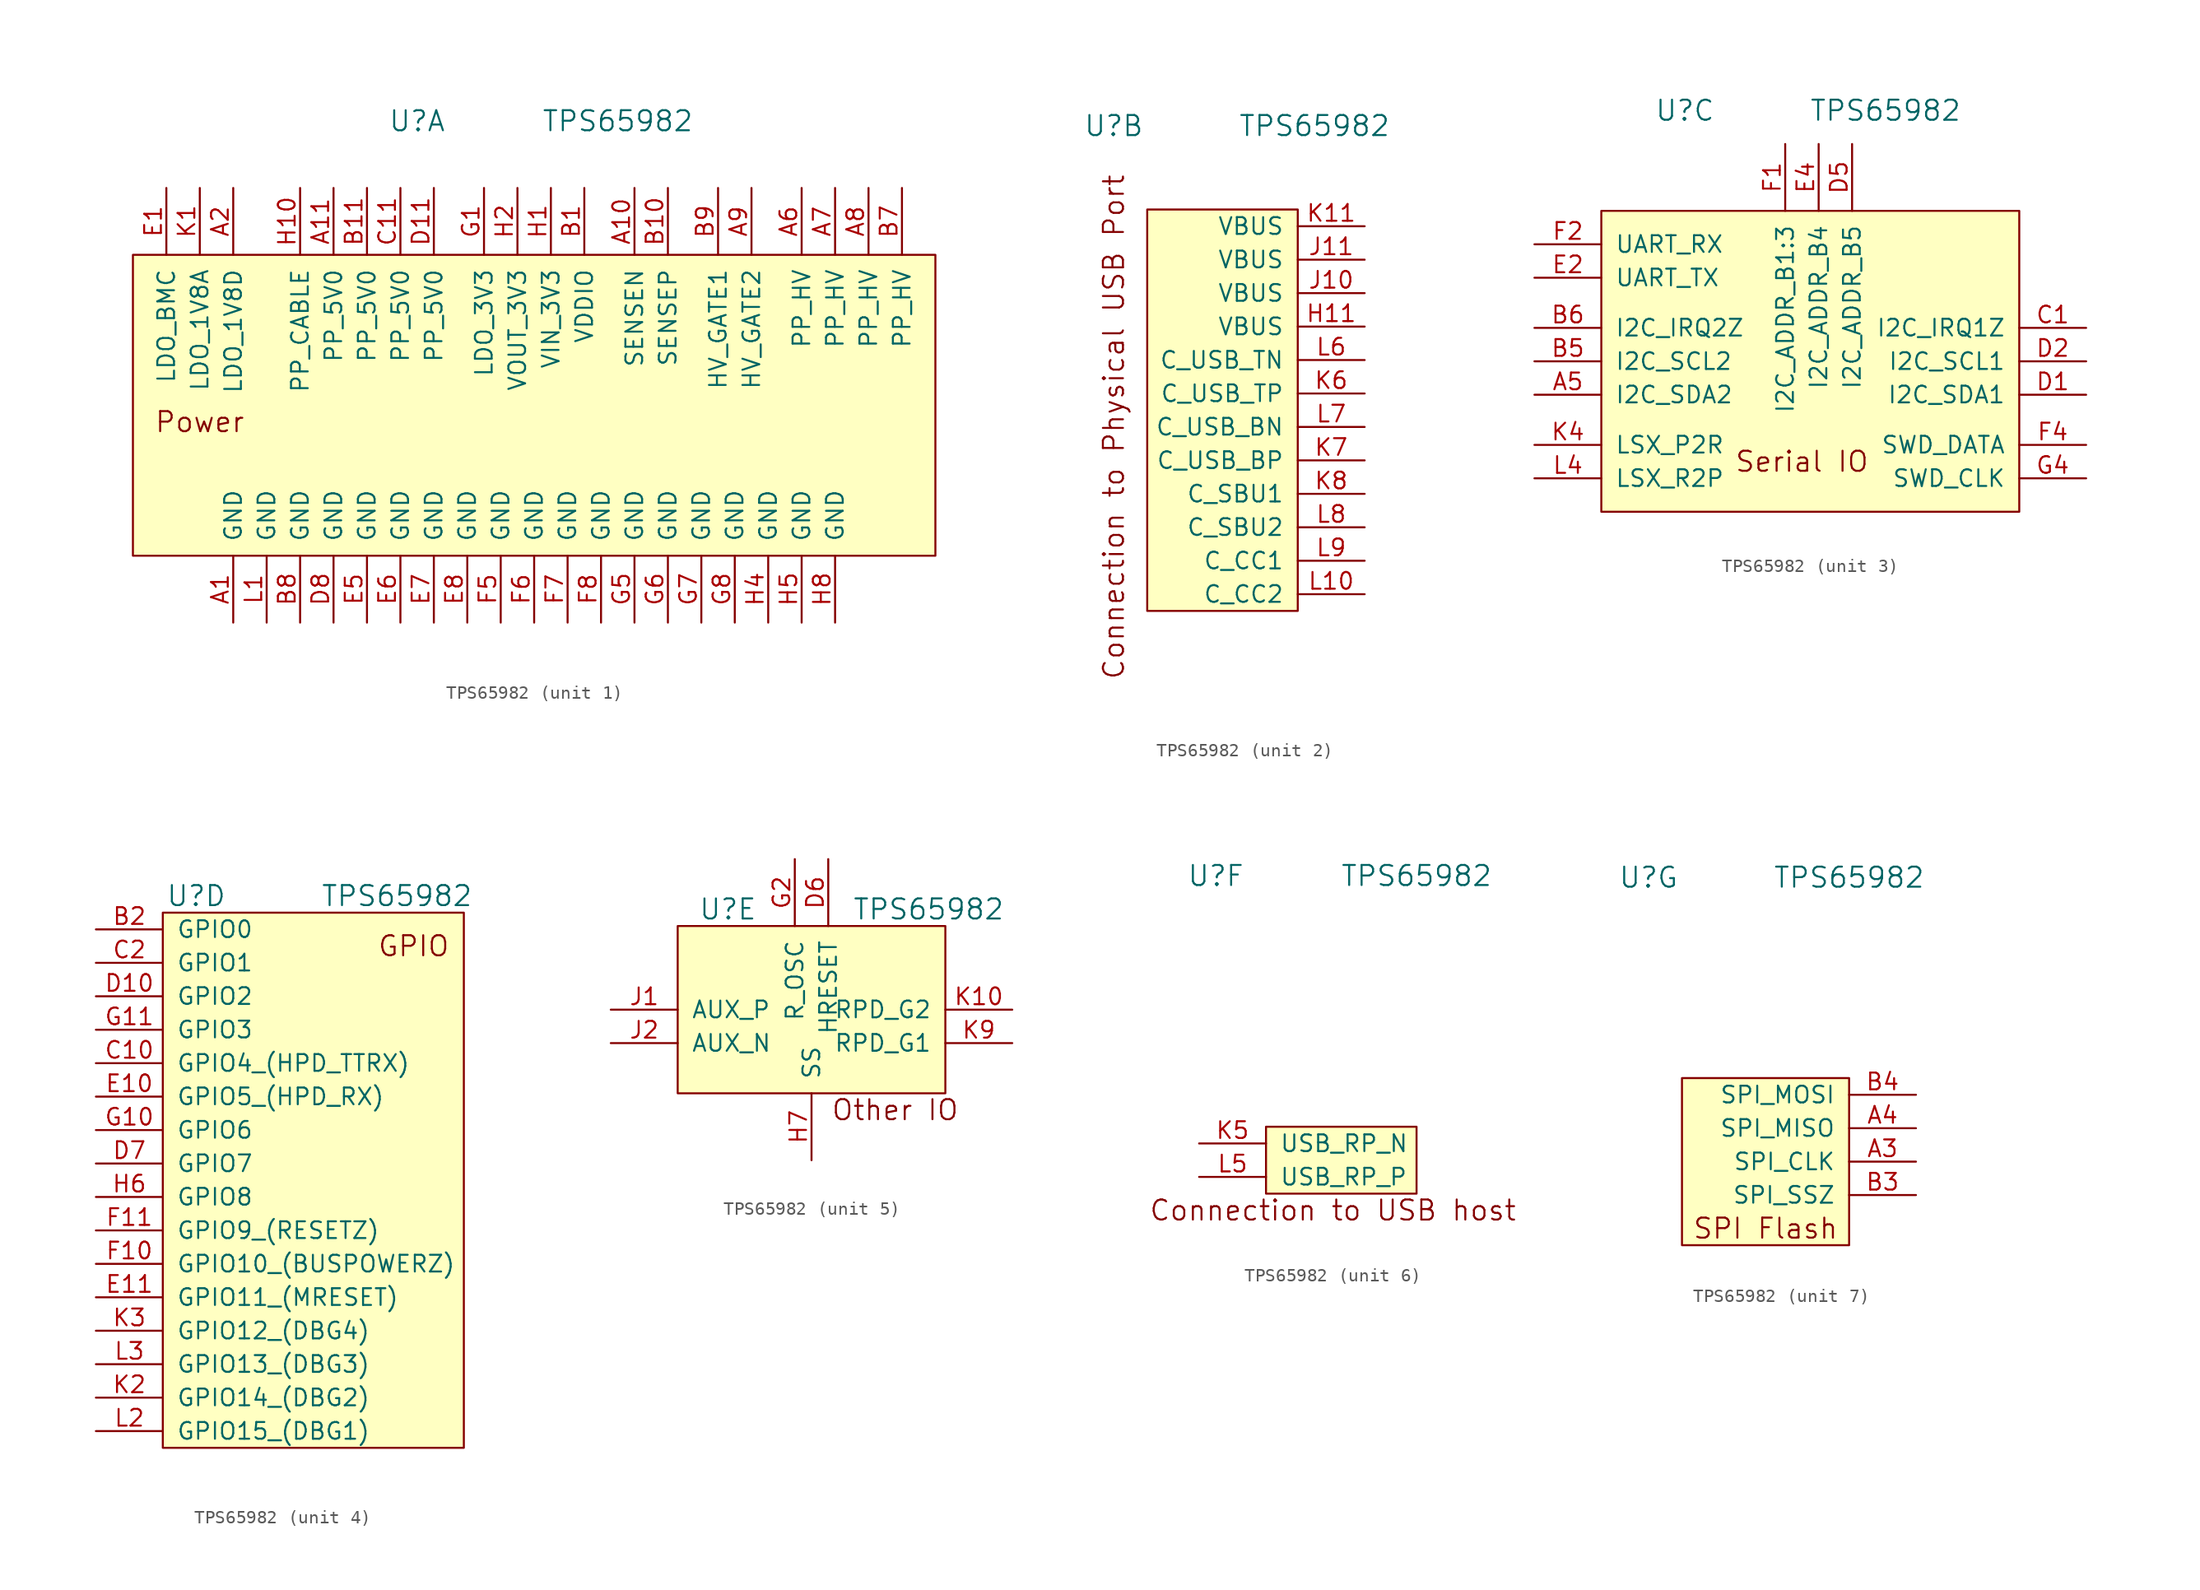
<source format=kicad_sym>
(kicad_symbol_lib
  (version 20241209)
  (generator "kicad_symbol_editor")
  (generator_version "9.0")
  (symbol "TPS65982"
    (pin_names
      (offset 1.016))
    (property "Reference" "U"
      (at -8.89 21.59 0)
      (effects (font (size 1.524 1.524))))
    (property "Value" "TPS65982"
      (at 6.35 21.59 0)
      (effects (font (size 1.524 1.524))))
    (property "ki_locked" ""
      (at 0 0 0)
      (effects (font (size 1.27 1.27))))
    (symbol "TPS65982_1_0"
      (text "Power" (at -25.4 -1.27 0) (effects (font (size 1.524 1.524)))))
    (symbol "TPS65982_1_1"
      (rectangle (start -30.48 11.43) (end 30.48 -11.43) (stroke (width 0) (type solid)) (fill (type background)))
      (pin power_out line (at -27.94 16.51 270) (length 5.08) (name "LDO_BMC" (effects (font (size 1.27 1.27)))) (number "E1" (effects (font (size 1.27 1.27)))))
      (pin power_out line (at -25.4 16.51 270) (length 5.08) (name "LDO_1V8A" (effects (font (size 1.27 1.27)))) (number "K1" (effects (font (size 1.27 1.27)))))
      (pin power_out line (at -22.86 16.51 270) (length 5.08) (name "LDO_1V8D" (effects (font (size 1.27 1.27)))) (number "A2" (effects (font (size 1.27 1.27)))))
      (pin power_in line (at -22.86 -16.51 90) (length 5.08) (name "GND" (effects (font (size 1.27 1.27)))) (number "A1" (effects (font (size 1.27 1.27)))))
      (pin power_in line (at -20.32 -16.51 90) (length 5.08) (name "GND" (effects (font (size 1.27 1.27)))) (number "L1" (effects (font (size 1.27 1.27)))))
      (pin power_out line (at -17.78 16.51 270) (length 5.08) (name "PP_CABLE" (effects (font (size 1.27 1.27)))) (number "H10" (effects (font (size 1.27 1.27)))))
      (pin power_in line (at -17.78 -16.51 90) (length 5.08) (name "GND" (effects (font (size 1.27 1.27)))) (number "B8" (effects (font (size 1.27 1.27)))))
      (pin power_in line (at -15.24 16.51 270) (length 5.08) (name "PP_5V0" (effects (font (size 1.27 1.27)))) (number "A11" (effects (font (size 1.27 1.27)))))
      (pin power_in line (at -15.24 -16.51 90) (length 5.08) (name "GND" (effects (font (size 1.27 1.27)))) (number "D8" (effects (font (size 1.27 1.27)))))
      (pin power_in line (at -12.7 16.51 270) (length 5.08) (name "PP_5V0" (effects (font (size 1.27 1.27)))) (number "B11" (effects (font (size 1.27 1.27)))))
      (pin power_in line (at -12.7 -16.51 90) (length 5.08) (name "GND" (effects (font (size 1.27 1.27)))) (number "E5" (effects (font (size 1.27 1.27)))))
      (pin power_in line (at -10.16 16.51 270) (length 5.08) (name "PP_5V0" (effects (font (size 1.27 1.27)))) (number "C11" (effects (font (size 1.27 1.27)))))
      (pin power_in line (at -10.16 -16.51 90) (length 5.08) (name "GND" (effects (font (size 1.27 1.27)))) (number "E6" (effects (font (size 1.27 1.27)))))
      (pin power_in line (at -7.62 16.51 270) (length 5.08) (name "PP_5V0" (effects (font (size 1.27 1.27)))) (number "D11" (effects (font (size 1.27 1.27)))))
      (pin power_in line (at -7.62 -16.51 90) (length 5.08) (name "GND" (effects (font (size 1.27 1.27)))) (number "E7" (effects (font (size 1.27 1.27)))))
      (pin power_in line (at -5.08 -16.51 90) (length 5.08) (name "GND" (effects (font (size 1.27 1.27)))) (number "E8" (effects (font (size 1.27 1.27)))))
      (pin power_out line (at -3.81 16.51 270) (length 5.08) (name "LDO_3V3" (effects (font (size 1.27 1.27)))) (number "G1" (effects (font (size 1.27 1.27)))))
      (pin power_in line (at -2.54 -16.51 90) (length 5.08) (name "GND" (effects (font (size 1.27 1.27)))) (number "F5" (effects (font (size 1.27 1.27)))))
      (pin power_out line (at -1.27 16.51 270) (length 5.08) (name "VOUT_3V3" (effects (font (size 1.27 1.27)))) (number "H2" (effects (font (size 1.27 1.27)))))
      (pin power_in line (at 0 -16.51 90) (length 5.08) (name "GND" (effects (font (size 1.27 1.27)))) (number "F6" (effects (font (size 1.27 1.27)))))
      (pin power_in line (at 1.27 16.51 270) (length 5.08) (name "VIN_3V3" (effects (font (size 1.27 1.27)))) (number "H1" (effects (font (size 1.27 1.27)))))
      (pin power_in line (at 2.54 -16.51 90) (length 5.08) (name "GND" (effects (font (size 1.27 1.27)))) (number "F7" (effects (font (size 1.27 1.27)))))
      (pin power_out line (at 3.81 16.51 270) (length 5.08) (name "VDDIO" (effects (font (size 1.27 1.27)))) (number "B1" (effects (font (size 1.27 1.27)))))
      (pin power_in line (at 5.08 -16.51 90) (length 5.08) (name "GND" (effects (font (size 1.27 1.27)))) (number "F8" (effects (font (size 1.27 1.27)))))
      (pin no_connect line (at 6.35 -2.54 180) (length 5.08) (hide yes) (name "NC" (effects (font (size 1.27 1.27)))) (number "L11" (effects (font (size 1.27 1.27)))))
      (pin input line (at 7.62 16.51 270) (length 5.08) (name "SENSEN" (effects (font (size 1.27 1.27)))) (number "A10" (effects (font (size 1.27 1.27)))))
      (pin power_in line (at 7.62 -16.51 90) (length 5.08) (name "GND" (effects (font (size 1.27 1.27)))) (number "G5" (effects (font (size 1.27 1.27)))))
      (pin input line (at 10.16 16.51 270) (length 5.08) (name "SENSEP" (effects (font (size 1.27 1.27)))) (number "B10" (effects (font (size 1.27 1.27)))))
      (pin power_in line (at 10.16 -16.51 90) (length 5.08) (name "GND" (effects (font (size 1.27 1.27)))) (number "G6" (effects (font (size 1.27 1.27)))))
      (pin power_in line (at 12.7 -16.51 90) (length 5.08) (name "GND" (effects (font (size 1.27 1.27)))) (number "G7" (effects (font (size 1.27 1.27)))))
      (pin output line (at 13.97 16.51 270) (length 5.08) (name "HV_GATE1" (effects (font (size 1.27 1.27)))) (number "B9" (effects (font (size 1.27 1.27)))))
      (pin power_in line (at 15.24 -16.51 90) (length 5.08) (name "GND" (effects (font (size 1.27 1.27)))) (number "G8" (effects (font (size 1.27 1.27)))))
      (pin output line (at 16.51 16.51 270) (length 5.08) (name "HV_GATE2" (effects (font (size 1.27 1.27)))) (number "A9" (effects (font (size 1.27 1.27)))))
      (pin power_in line (at 17.78 -16.51 90) (length 5.08) (name "GND" (effects (font (size 1.27 1.27)))) (number "H4" (effects (font (size 1.27 1.27)))))
      (pin power_in line (at 20.32 16.51 270) (length 5.08) (name "PP_HV" (effects (font (size 1.27 1.27)))) (number "A6" (effects (font (size 1.27 1.27)))))
      (pin power_in line (at 20.32 -16.51 90) (length 5.08) (name "GND" (effects (font (size 1.27 1.27)))) (number "H5" (effects (font (size 1.27 1.27)))))
      (pin power_in line (at 22.86 16.51 270) (length 5.08) (name "PP_HV" (effects (font (size 1.27 1.27)))) (number "A7" (effects (font (size 1.27 1.27)))))
      (pin power_in line (at 22.86 -16.51 90) (length 5.08) (name "GND" (effects (font (size 1.27 1.27)))) (number "H8" (effects (font (size 1.27 1.27)))))
      (pin power_in line (at 25.4 16.51 270) (length 5.08) (name "PP_HV" (effects (font (size 1.27 1.27)))) (number "A8" (effects (font (size 1.27 1.27)))))
      (pin power_in line (at 27.94 16.51 270) (length 5.08) (name "PP_HV" (effects (font (size 1.27 1.27)))) (number "B7" (effects (font (size 1.27 1.27))))))
    (symbol "TPS65982_2_0"
      (rectangle (start 5.08 15.24) (end -6.35 -15.24) (stroke (width 0) (type solid)) (fill (type background)))
      (text "Connection to Physical USB Port" (at -8.89 -1.27 900) (effects (font (size 1.524 1.524)))))
    (symbol "TPS65982_2_1"
      (pin power_out line (at 10.16 13.97 180) (length 5.08) (name "VBUS" (effects (font (size 1.27 1.27)))) (number "K11" (effects (font (size 1.27 1.27)))))
      (pin power_out line (at 10.16 11.43 180) (length 5.08) (name "VBUS" (effects (font (size 1.27 1.27)))) (number "J11" (effects (font (size 1.27 1.27)))))
      (pin power_out line (at 10.16 8.89 180) (length 5.08) (name "VBUS" (effects (font (size 1.27 1.27)))) (number "J10" (effects (font (size 1.27 1.27)))))
      (pin power_out line (at 10.16 6.35 180) (length 5.08) (name "VBUS" (effects (font (size 1.27 1.27)))) (number "H11" (effects (font (size 1.27 1.27)))))
      (pin bidirectional line (at 10.16 3.81 180) (length 5.08) (name "C_USB_TN" (effects (font (size 1.27 1.27)))) (number "L6" (effects (font (size 1.27 1.27)))))
      (pin bidirectional line (at 10.16 1.27 180) (length 5.08) (name "C_USB_TP" (effects (font (size 1.27 1.27)))) (number "K6" (effects (font (size 1.27 1.27)))))
      (pin bidirectional line (at 10.16 -1.27 180) (length 5.08) (name "C_USB_BN" (effects (font (size 1.27 1.27)))) (number "L7" (effects (font (size 1.27 1.27)))))
      (pin bidirectional line (at 10.16 -3.81 180) (length 5.08) (name "C_USB_BP" (effects (font (size 1.27 1.27)))) (number "K7" (effects (font (size 1.27 1.27)))))
      (pin bidirectional line (at 10.16 -6.35 180) (length 5.08) (name "C_SBU1" (effects (font (size 1.27 1.27)))) (number "K8" (effects (font (size 1.27 1.27)))))
      (pin bidirectional line (at 10.16 -8.89 180) (length 5.08) (name "C_SBU2" (effects (font (size 1.27 1.27)))) (number "L8" (effects (font (size 1.27 1.27)))))
      (pin bidirectional line (at 10.16 -11.43 180) (length 5.08) (name "C_CC1" (effects (font (size 1.27 1.27)))) (number "L9" (effects (font (size 1.27 1.27)))))
      (pin bidirectional line (at 10.16 -13.97 180) (length 5.08) (name "C_CC2" (effects (font (size 1.27 1.27)))) (number "L10" (effects (font (size 1.27 1.27))))))
    (symbol "TPS65982_3_0"
      (text "Serial IO" (at 0 -5.08 0) (effects (font (size 1.524 1.524)))))
    (symbol "TPS65982_3_1"
      (rectangle (start -15.24 13.97) (end 16.51 -8.89) (stroke (width 0) (type solid)) (fill (type background)))
      (pin input line (at -20.32 11.43 0) (length 5.08) (name "UART_RX" (effects (font (size 1.27 1.27)))) (number "F2" (effects (font (size 1.27 1.27)))))
      (pin output line (at -20.32 8.89 0) (length 5.08) (name "UART_TX" (effects (font (size 1.27 1.27)))) (number "E2" (effects (font (size 1.27 1.27)))))
      (pin bidirectional line (at -20.32 5.08 0) (length 5.08) (name "I2C_IRQ2Z" (effects (font (size 1.27 1.27)))) (number "B6" (effects (font (size 1.27 1.27)))))
      (pin bidirectional line (at -20.32 2.54 0) (length 5.08) (name "I2C_SCL2" (effects (font (size 1.27 1.27)))) (number "B5" (effects (font (size 1.27 1.27)))))
      (pin bidirectional line (at -20.32 0 0) (length 5.08) (name "I2C_SDA2" (effects (font (size 1.27 1.27)))) (number "A5" (effects (font (size 1.27 1.27)))))
      (pin output line (at -20.32 -3.81 0) (length 5.08) (name "LSX_P2R" (effects (font (size 1.27 1.27)))) (number "K4" (effects (font (size 1.27 1.27)))))
      (pin input line (at -20.32 -6.35 0) (length 5.08) (name "LSX_R2P" (effects (font (size 1.27 1.27)))) (number "L4" (effects (font (size 1.27 1.27)))))
      (pin bidirectional line (at -1.27 19.05 270) (length 5.08) (name "I2C_ADDR_B1:3" (effects (font (size 1.27 1.27)))) (number "F1" (effects (font (size 1.27 1.27)))))
      (pin bidirectional line (at 1.27 19.05 270) (length 5.08) (name "I2C_ADDR_B4" (effects (font (size 1.27 1.27)))) (number "E4" (effects (font (size 1.27 1.27)))))
      (pin bidirectional line (at 3.81 19.05 270) (length 5.08) (name "I2C_ADDR_B5" (effects (font (size 1.27 1.27)))) (number "D5" (effects (font (size 1.27 1.27)))))
      (pin bidirectional line (at 21.59 5.08 180) (length 5.08) (name "I2C_IRQ1Z" (effects (font (size 1.27 1.27)))) (number "C1" (effects (font (size 1.27 1.27)))))
      (pin bidirectional line (at 21.59 2.54 180) (length 5.08) (name "I2C_SCL1" (effects (font (size 1.27 1.27)))) (number "D2" (effects (font (size 1.27 1.27)))))
      (pin bidirectional line (at 21.59 0 180) (length 5.08) (name "I2C_SDA1" (effects (font (size 1.27 1.27)))) (number "D1" (effects (font (size 1.27 1.27)))))
      (pin bidirectional line (at 21.59 -3.81 180) (length 5.08) (name "SWD_DATA" (effects (font (size 1.27 1.27)))) (number "F4" (effects (font (size 1.27 1.27)))))
      (pin bidirectional line (at 21.59 -6.35 180) (length 5.08) (name "SWD_CLK" (effects (font (size 1.27 1.27)))) (number "G4" (effects (font (size 1.27 1.27))))))
    (symbol "TPS65982_4_0"
      (text "GPIO" (at 7.62 17.78 0) (effects (font (size 1.524 1.524)))))
    (symbol "TPS65982_4_1"
      (rectangle (start -11.43 20.32) (end 11.43 -20.32) (stroke (width 0) (type solid)) (fill (type background)))
      (pin bidirectional line (at -16.51 19.05 0) (length 5.08) (name "GPIO0" (effects (font (size 1.27 1.27)))) (number "B2" (effects (font (size 1.27 1.27)))))
      (pin bidirectional line (at -16.51 16.51 0) (length 5.08) (name "GPIO1" (effects (font (size 1.27 1.27)))) (number "C2" (effects (font (size 1.27 1.27)))))
      (pin bidirectional line (at -16.51 13.97 0) (length 5.08) (name "GPIO2" (effects (font (size 1.27 1.27)))) (number "D10" (effects (font (size 1.27 1.27)))))
      (pin bidirectional line (at -16.51 11.43 0) (length 5.08) (name "GPIO3" (effects (font (size 1.27 1.27)))) (number "G11" (effects (font (size 1.27 1.27)))))
      (pin bidirectional line (at -16.51 8.89 0) (length 5.08) (name "GPIO4_(HPD_TTRX)" (effects (font (size 1.27 1.27)))) (number "C10" (effects (font (size 1.27 1.27)))))
      (pin bidirectional line (at -16.51 6.35 0) (length 5.08) (name "GPIO5_(HPD_RX)" (effects (font (size 1.27 1.27)))) (number "E10" (effects (font (size 1.27 1.27)))))
      (pin bidirectional line (at -16.51 3.81 0) (length 5.08) (name "GPIO6" (effects (font (size 1.27 1.27)))) (number "G10" (effects (font (size 1.27 1.27)))))
      (pin bidirectional line (at -16.51 1.27 0) (length 5.08) (name "GPIO7" (effects (font (size 1.27 1.27)))) (number "D7" (effects (font (size 1.27 1.27)))))
      (pin bidirectional line (at -16.51 -1.27 0) (length 5.08) (name "GPIO8" (effects (font (size 1.27 1.27)))) (number "H6" (effects (font (size 1.27 1.27)))))
      (pin bidirectional line (at -16.51 -3.81 0) (length 5.08) (name "GPIO9_(RESETZ)" (effects (font (size 1.27 1.27)))) (number "F11" (effects (font (size 1.27 1.27)))))
      (pin bidirectional line (at -16.51 -6.35 0) (length 5.08) (name "GPIO10_(BUSPOWERZ)" (effects (font (size 1.27 1.27)))) (number "F10" (effects (font (size 1.27 1.27)))))
      (pin bidirectional line (at -16.51 -8.89 0) (length 5.08) (name "GPIO11_(MRESET)" (effects (font (size 1.27 1.27)))) (number "E11" (effects (font (size 1.27 1.27)))))
      (pin bidirectional line (at -16.51 -11.43 0) (length 5.08) (name "GPIO12_(DBG4)" (effects (font (size 1.27 1.27)))) (number "K3" (effects (font (size 1.27 1.27)))))
      (pin bidirectional line (at -16.51 -13.97 0) (length 5.08) (name "GPIO13_(DBG3)" (effects (font (size 1.27 1.27)))) (number "L3" (effects (font (size 1.27 1.27)))))
      (pin bidirectional line (at -16.51 -16.51 0) (length 5.08) (name "GPIO14_(DBG2)" (effects (font (size 1.27 1.27)))) (number "K2" (effects (font (size 1.27 1.27)))))
      (pin bidirectional line (at -16.51 -19.05 0) (length 5.08) (name "GPIO15_(DBG1)" (effects (font (size 1.27 1.27)))) (number "L2" (effects (font (size 1.27 1.27))))))
    (symbol "TPS65982_5_0"
      (text "Other IO" (at 3.81 6.35 0) (effects (font (size 1.524 1.524)))))
    (symbol "TPS65982_5_1"
      (rectangle (start -12.7 20.32) (end 7.62 7.62) (stroke (width 0) (type solid)) (fill (type background)))
      (pin bidirectional line (at -17.78 13.97 0) (length 5.08) (name "AUX_P" (effects (font (size 1.27 1.27)))) (number "J1" (effects (font (size 1.27 1.27)))))
      (pin bidirectional line (at -17.78 11.43 0) (length 5.08) (name "AUX_N" (effects (font (size 1.27 1.27)))) (number "J2" (effects (font (size 1.27 1.27)))))
      (pin bidirectional line (at -3.81 25.4 270) (length 5.08) (name "R_OSC" (effects (font (size 1.27 1.27)))) (number "G2" (effects (font (size 1.27 1.27)))))
      (pin bidirectional line (at -2.54 2.54 90) (length 5.08) (name "SS" (effects (font (size 1.27 1.27)))) (number "H7" (effects (font (size 1.27 1.27)))))
      (pin bidirectional line (at -1.27 25.4 270) (length 5.08) (name "HRESET" (effects (font (size 1.27 1.27)))) (number "D6" (effects (font (size 1.27 1.27)))))
      (pin bidirectional line (at 12.7 13.97 180) (length 5.08) (name "RPD_G2" (effects (font (size 1.27 1.27)))) (number "K10" (effects (font (size 1.27 1.27)))))
      (pin bidirectional line (at 12.7 11.43 180) (length 5.08) (name "RPD_G1" (effects (font (size 1.27 1.27)))) (number "K9" (effects (font (size 1.27 1.27))))))
    (symbol "TPS65982_6_0"
      (text "Connection to USB host" (at 0 -3.81 0) (effects (font (size 1.524 1.524)))))
    (symbol "TPS65982_6_1"
      (rectangle (start -5.08 2.54) (end 6.35 -2.54) (stroke (width 0) (type solid)) (fill (type background)))
      (pin bidirectional line (at -10.16 1.27 0) (length 5.08) (name "USB_RP_N" (effects (font (size 1.27 1.27)))) (number "K5" (effects (font (size 1.27 1.27)))))
      (pin bidirectional line (at -10.16 -1.27 0) (length 5.08) (name "USB_RP_P" (effects (font (size 1.27 1.27)))) (number "L5" (effects (font (size 1.27 1.27))))))
    (symbol "TPS65982_7_0"
      (text "SPI Flash" (at 0 -5.08 0) (effects (font (size 1.524 1.524)))))
    (symbol "TPS65982_7_1"
      (rectangle (start -6.35 6.35) (end 6.35 -6.35) (stroke (width 0) (type solid)) (fill (type background)))
      (pin output line (at 11.43 5.08 180) (length 5.08) (name "SPI_MOSI" (effects (font (size 1.27 1.27)))) (number "B4" (effects (font (size 1.27 1.27)))))
      (pin input line (at 11.43 2.54 180) (length 5.08) (name "SPI_MISO" (effects (font (size 1.27 1.27)))) (number "A4" (effects (font (size 1.27 1.27)))))
      (pin output line (at 11.43 0 180) (length 5.08) (name "SPI_CLK" (effects (font (size 1.27 1.27)))) (number "A3" (effects (font (size 1.27 1.27)))))
      (pin output line (at 11.43 -2.54 180) (length 5.08) (name "SPI_SSZ" (effects (font (size 1.27 1.27)))) (number "B3" (effects (font (size 1.27 1.27))))))))
</source>
